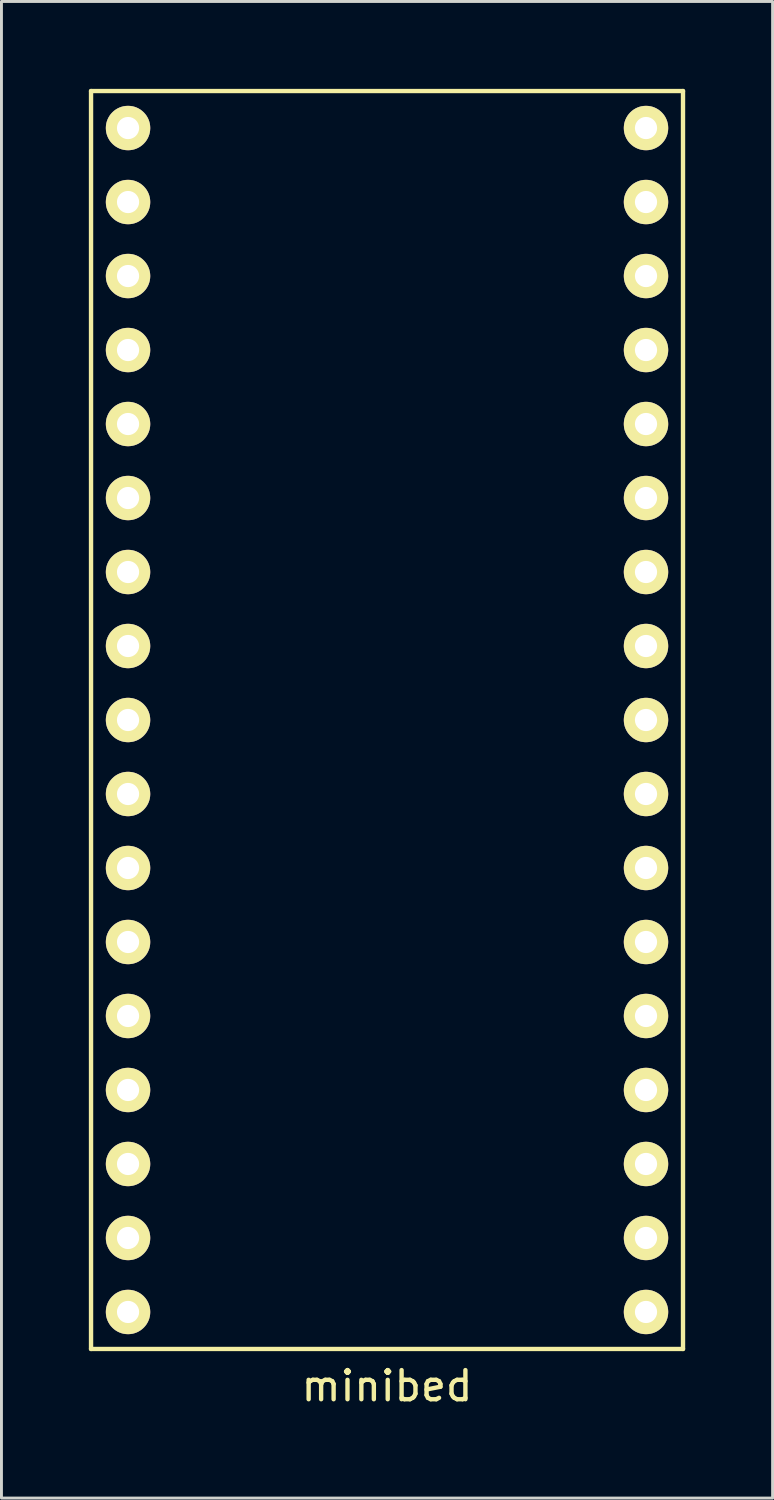
<source format=kicad_pcb>
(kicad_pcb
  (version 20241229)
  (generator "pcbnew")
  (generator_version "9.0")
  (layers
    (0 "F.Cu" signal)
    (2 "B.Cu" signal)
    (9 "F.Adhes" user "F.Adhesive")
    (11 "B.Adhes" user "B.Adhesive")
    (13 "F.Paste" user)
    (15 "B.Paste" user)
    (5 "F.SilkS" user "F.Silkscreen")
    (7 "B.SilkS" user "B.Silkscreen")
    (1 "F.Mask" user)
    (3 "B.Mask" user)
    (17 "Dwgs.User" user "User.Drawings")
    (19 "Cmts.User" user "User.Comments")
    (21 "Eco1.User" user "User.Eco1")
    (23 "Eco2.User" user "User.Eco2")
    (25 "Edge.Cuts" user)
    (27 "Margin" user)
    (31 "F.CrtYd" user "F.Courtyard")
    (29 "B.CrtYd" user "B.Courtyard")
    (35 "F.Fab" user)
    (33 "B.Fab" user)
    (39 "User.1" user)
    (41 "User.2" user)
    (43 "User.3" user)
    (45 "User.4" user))
  (footprint "minibed"
    (layer "F.Cu")
    (at 10.235 21.665)
    (property "Reference" "minibed" (at 0 22.86 0) (layer "F.SilkS") (effects (font (size 1 1) (thickness 0.15))))
    (attr through_hole)
    (fp_line (start -10.16 -21.59) (end 10.16 -21.59) (stroke (width 0.15) (type solid)) (layer "F.SilkS"))
    (fp_line (start -10.16 21.59) (end -10.16 -21.59) (stroke (width 0.15) (type solid)) (layer "F.SilkS"))
    (fp_line (start 10.16 -21.59) (end 10.16 21.59) (stroke (width 0.15) (type solid)) (layer "F.SilkS"))
    (fp_line (start 10.16 21.59) (end -10.16 21.59) (stroke (width 0.15) (type solid)) (layer "F.SilkS"))
    (pad "1" thru_hole circle (at -8.89 -20.32) (size 1.524 1.524) (drill 0.762) (layers "*.Cu" "*.Mask" "F.SilkS"))
    (pad "2" thru_hole circle (at -8.89 -17.78) (size 1.524 1.524) (drill 0.762) (layers "*.Cu" "*.Mask" "F.SilkS"))
    (pad "3" thru_hole circle (at -8.89 -15.24) (size 1.524 1.524) (drill 0.762) (layers "*.Cu" "*.Mask" "F.SilkS"))
    (pad "4" thru_hole circle (at -8.89 -12.7) (size 1.524 1.524) (drill 0.762) (layers "*.Cu" "*.Mask" "F.SilkS"))
    (pad "5" thru_hole circle (at -8.89 -10.16) (size 1.524 1.524) (drill 0.762) (layers "*.Cu" "*.Mask" "F.SilkS"))
    (pad "6" thru_hole circle (at -8.89 -7.62) (size 1.524 1.524) (drill 0.762) (layers "*.Cu" "*.Mask" "F.SilkS"))
    (pad "7" thru_hole circle (at -8.89 -5.08) (size 1.524 1.524) (drill 0.762) (layers "*.Cu" "*.Mask" "F.SilkS"))
    (pad "8" thru_hole circle (at -8.89 -2.54) (size 1.524 1.524) (drill 0.762) (layers "*.Cu" "*.Mask" "F.SilkS"))
    (pad "9" thru_hole circle (at -8.89 0) (size 1.524 1.524) (drill 0.762) (layers "*.Cu" "*.Mask" "F.SilkS"))
    (pad "10" thru_hole circle (at -8.89 2.54) (size 1.524 1.524) (drill 0.762) (layers "*.Cu" "*.Mask" "F.SilkS"))
    (pad "11" thru_hole circle (at -8.89 5.08) (size 1.524 1.524) (drill 0.762) (layers "*.Cu" "*.Mask" "F.SilkS"))
    (pad "12" thru_hole circle (at -8.89 7.62) (size 1.524 1.524) (drill 0.762) (layers "*.Cu" "*.Mask" "F.SilkS"))
    (pad "13" thru_hole circle (at -8.89 10.16) (size 1.524 1.524) (drill 0.762) (layers "*.Cu" "*.Mask" "F.SilkS"))
    (pad "14" thru_hole circle (at -8.89 12.7) (size 1.524 1.524) (drill 0.762) (layers "*.Cu" "*.Mask" "F.SilkS"))
    (pad "15" thru_hole circle (at -8.89 15.24) (size 1.524 1.524) (drill 0.762) (layers "*.Cu" "*.Mask" "F.SilkS"))
    (pad "16" thru_hole circle (at -8.89 17.78) (size 1.524 1.524) (drill 0.762) (layers "*.Cu" "*.Mask" "F.SilkS"))
    (pad "17" thru_hole circle (at -8.89 20.32) (size 1.524 1.524) (drill 0.762) (layers "*.Cu" "*.Mask" "F.SilkS"))
    (pad "18" thru_hole circle (at 8.89 20.32) (size 1.524 1.524) (drill 0.762) (layers "*.Cu" "*.Mask" "F.SilkS"))
    (pad "19" thru_hole circle (at 8.89 17.78) (size 1.524 1.524) (drill 0.762) (layers "*.Cu" "*.Mask" "F.SilkS"))
    (pad "20" thru_hole circle (at 8.89 15.24) (size 1.524 1.524) (drill 0.762) (layers "*.Cu" "*.Mask" "F.SilkS"))
    (pad "21" thru_hole circle (at 8.89 12.7) (size 1.524 1.524) (drill 0.762) (layers "*.Cu" "*.Mask" "F.SilkS"))
    (pad "22" thru_hole circle (at 8.89 10.16) (size 1.524 1.524) (drill 0.762) (layers "*.Cu" "*.Mask" "F.SilkS"))
    (pad "23" thru_hole circle (at 8.89 7.62) (size 1.524 1.524) (drill 0.762) (layers "*.Cu" "*.Mask" "F.SilkS"))
    (pad "24" thru_hole circle (at 8.89 5.08) (size 1.524 1.524) (drill 0.762) (layers "*.Cu" "*.Mask" "F.SilkS"))
    (pad "25" thru_hole circle (at 8.89 2.54) (size 1.524 1.524) (drill 0.762) (layers "*.Cu" "*.Mask" "F.SilkS"))
    (pad "26" thru_hole circle (at 8.89 0) (size 1.524 1.524) (drill 0.762) (layers "*.Cu" "*.Mask" "F.SilkS"))
    (pad "27" thru_hole circle (at 8.89 -2.54) (size 1.524 1.524) (drill 0.762) (layers "*.Cu" "*.Mask" "F.SilkS"))
    (pad "28" thru_hole circle (at 8.89 -5.08) (size 1.524 1.524) (drill 0.762) (layers "*.Cu" "*.Mask" "F.SilkS"))
    (pad "29" thru_hole circle (at 8.89 -7.62) (size 1.524 1.524) (drill 0.762) (layers "*.Cu" "*.Mask" "F.SilkS"))
    (pad "30" thru_hole circle (at 8.89 -10.16) (size 1.524 1.524) (drill 0.762) (layers "*.Cu" "*.Mask" "F.SilkS"))
    (pad "31" thru_hole circle (at 8.89 -12.7) (size 1.524 1.524) (drill 0.762) (layers "*.Cu" "*.Mask" "F.SilkS"))
    (pad "32" thru_hole circle (at 8.89 -15.24) (size 1.524 1.524) (drill 0.762) (layers "*.Cu" "*.Mask" "F.SilkS"))
    (pad "33" thru_hole circle (at 8.89 -17.78) (size 1.524 1.524) (drill 0.762) (layers "*.Cu" "*.Mask" "F.SilkS"))
    (pad "34" thru_hole circle (at 8.89 -20.32) (size 1.524 1.524) (drill 0.762) (layers "*.Cu" "*.Mask" "F.SilkS")))
  (gr_rect
    (start -3 -3)
    (end 23.47 48.373)
    (stroke (width 0.1) (type default))
    (fill no)
    (layer "Edge.Cuts")))
</source>
